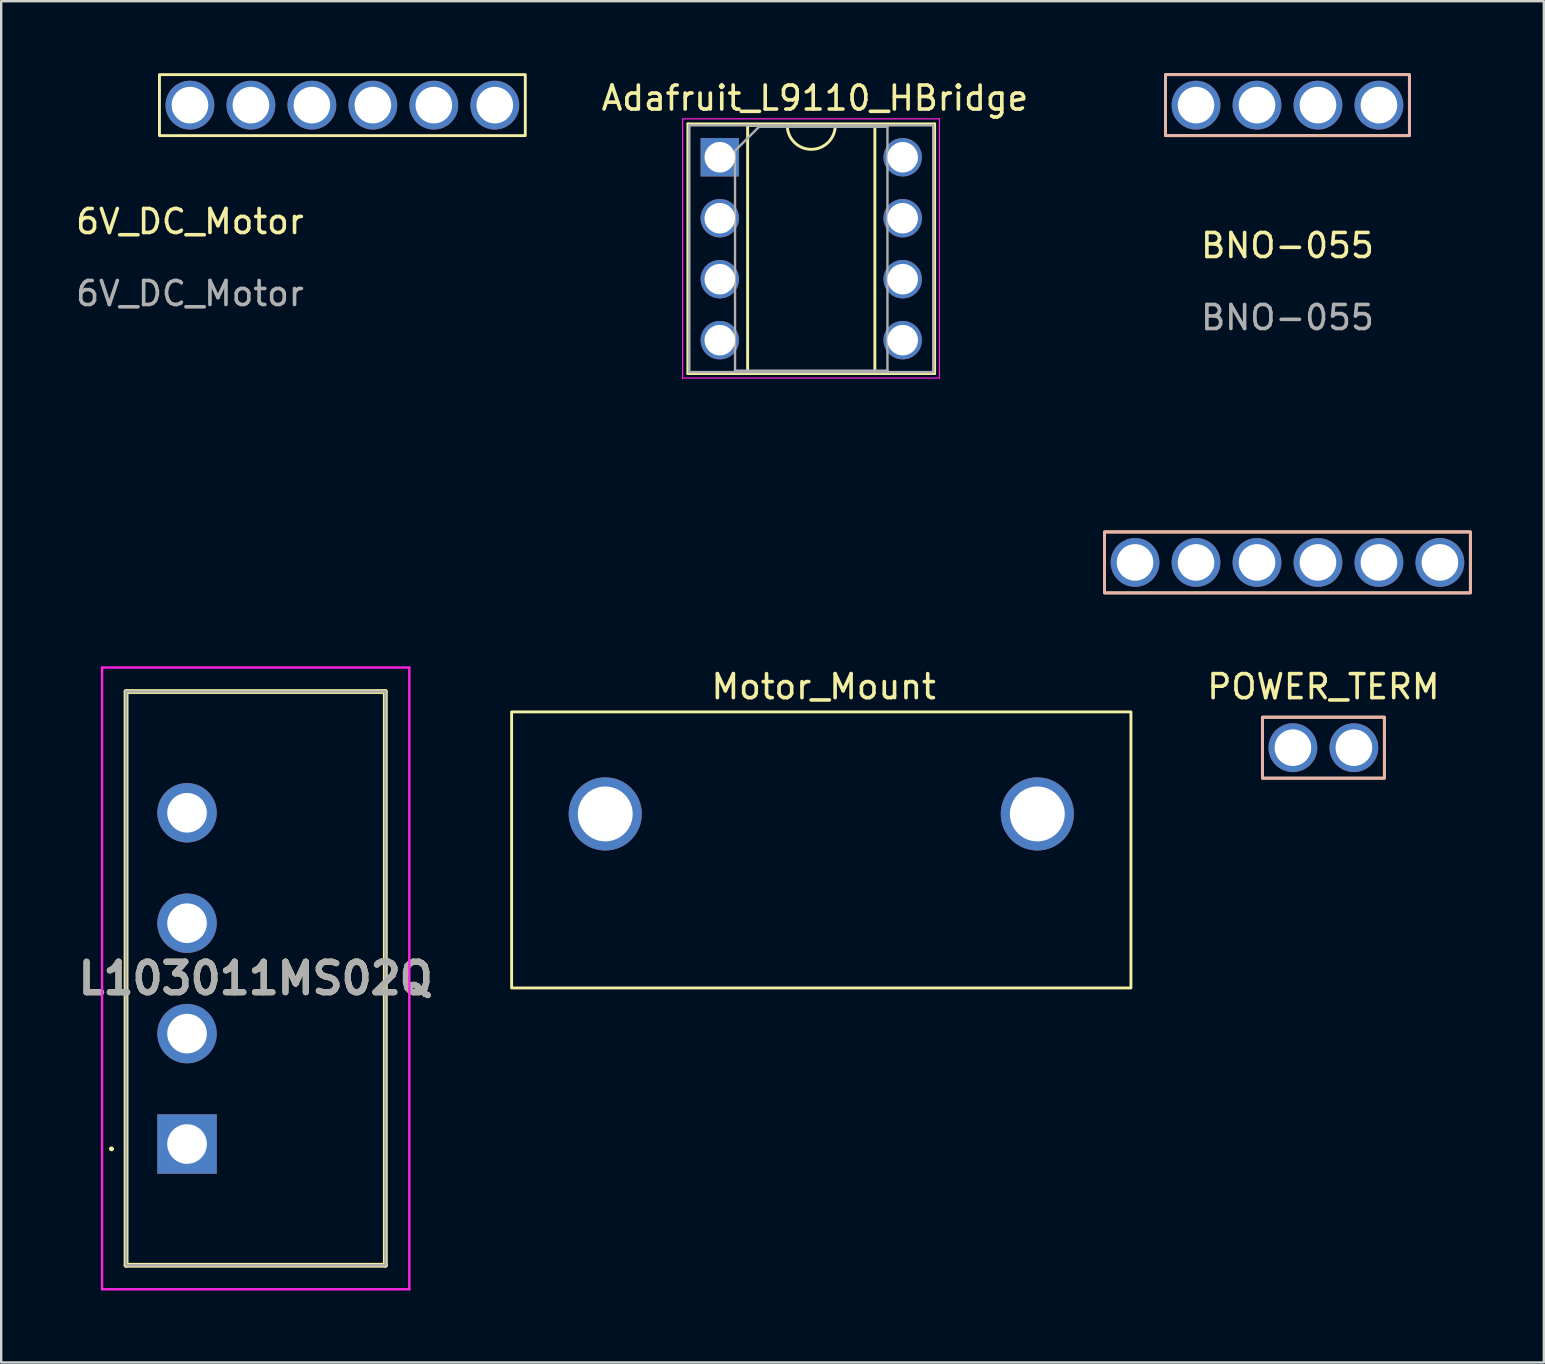
<source format=kicad_pcb>
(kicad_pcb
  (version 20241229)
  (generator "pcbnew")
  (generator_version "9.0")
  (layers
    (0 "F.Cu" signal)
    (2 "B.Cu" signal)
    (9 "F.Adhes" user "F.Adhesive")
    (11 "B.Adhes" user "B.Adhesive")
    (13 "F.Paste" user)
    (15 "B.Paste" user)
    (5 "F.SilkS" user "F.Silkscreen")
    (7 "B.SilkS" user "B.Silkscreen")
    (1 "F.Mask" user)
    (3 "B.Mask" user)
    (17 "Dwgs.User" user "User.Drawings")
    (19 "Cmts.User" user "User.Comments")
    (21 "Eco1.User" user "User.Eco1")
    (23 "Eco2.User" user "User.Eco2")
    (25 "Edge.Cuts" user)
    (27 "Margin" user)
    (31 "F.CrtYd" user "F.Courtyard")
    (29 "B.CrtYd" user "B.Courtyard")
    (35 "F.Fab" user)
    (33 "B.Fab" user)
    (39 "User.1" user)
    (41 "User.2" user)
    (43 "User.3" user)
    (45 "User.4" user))
  (footprint "Adafruit_L9110_HBridge"
    (layer "F.Cu")
    (at 30.721 0.25)
    (property "Reference" "Adafruit_L9110_HBridge" (at 0.178 0.787 0) (layer "F.SilkS") (effects (font (size 1 1) (thickness 0.15))))
    (attr through_hole)
    (fp_line (start -5.115 1.861) (end -5.115 12.261) (stroke (width 0.12) (type solid)) (layer "F.SilkS"))
    (fp_line (start -5.115 12.261) (end 5.165 12.261) (stroke (width 0.12) (type solid)) (layer "F.SilkS"))
    (fp_line (start -2.625 1.921) (end -2.625 12.201) (stroke (width 0.12) (type solid)) (layer "F.SilkS"))
    (fp_line (start -2.625 12.201) (end 2.675 12.201) (stroke (width 0.12) (type solid)) (layer "F.SilkS"))
    (fp_line (start -0.975 1.921) (end -2.625 1.921) (stroke (width 0.12) (type solid)) (layer "F.SilkS"))
    (fp_line (start 2.675 1.921) (end 1.025 1.921) (stroke (width 0.12) (type solid)) (layer "F.SilkS"))
    (fp_line (start 2.675 12.201) (end 2.675 1.921) (stroke (width 0.12) (type solid)) (layer "F.SilkS"))
    (fp_line (start 5.165 1.861) (end -5.115 1.861) (stroke (width 0.12) (type solid)) (layer "F.SilkS"))
    (fp_line (start 5.165 12.261) (end 5.165 1.861) (stroke (width 0.12) (type solid)) (layer "F.SilkS"))
    (fp_arc (start 1.0254 1.9212) (mid 0.0254 2.9212) (end -0.9746 1.9212) (stroke (width 0.12) (type solid)) (layer "F.SilkS"))
    (fp_line (start -5.335 1.651) (end -5.335 12.451) (stroke (width 0.05) (type solid)) (layer "F.CrtYd"))
    (fp_line (start -5.335 12.451) (end 5.365 12.451) (stroke (width 0.05) (type solid)) (layer "F.CrtYd"))
    (fp_line (start 5.365 1.651) (end -5.335 1.651) (stroke (width 0.05) (type solid)) (layer "F.CrtYd"))
    (fp_line (start 5.365 12.451) (end 5.365 1.651) (stroke (width 0.05) (type solid)) (layer "F.CrtYd"))
    (fp_line (start -5.055 1.921) (end -5.055 12.201) (stroke (width 0.1) (type solid)) (layer "F.Fab"))
    (fp_line (start -5.055 12.201) (end 5.105 12.201) (stroke (width 0.1) (type solid)) (layer "F.Fab"))
    (fp_line (start -3.15 2.981) (end -2.15 1.981) (stroke (width 0.1) (type solid)) (layer "F.Fab"))
    (fp_line (start -3.15 12.141) (end -3.15 2.981) (stroke (width 0.1) (type solid)) (layer "F.Fab"))
    (fp_line (start -2.15 1.981) (end 3.2 1.981) (stroke (width 0.1) (type solid)) (layer "F.Fab"))
    (fp_line (start 3.2 1.981) (end 3.2 12.141) (stroke (width 0.1) (type solid)) (layer "F.Fab"))
    (fp_line (start 3.2 12.141) (end -3.15 12.141) (stroke (width 0.1) (type solid)) (layer "F.Fab"))
    (fp_line (start 5.105 1.921) (end -5.055 1.921) (stroke (width 0.1) (type solid)) (layer "F.Fab"))
    (fp_line (start 5.105 12.201) (end 5.105 1.921) (stroke (width 0.1) (type solid)) (layer "F.Fab"))
    (pad "1" thru_hole rect (at -3.785 3.251) (size 1.6 1.6) (drill 1.27) (layers "*.Cu" "*.Mask"))
    (pad "2" thru_hole oval (at -3.785 5.791) (size 1.6 1.6) (drill 1.27) (layers "*.Cu" "*.Mask"))
    (pad "3" thru_hole oval (at -3.785 8.331) (size 1.6 1.6) (drill 1.27) (layers "*.Cu" "*.Mask"))
    (pad "4" thru_hole oval (at -3.785 10.871) (size 1.6 1.6) (drill 1.27) (layers "*.Cu" "*.Mask"))
    (pad "5" thru_hole oval (at 3.835 10.871) (size 1.6 1.6) (drill 1.27) (layers "*.Cu" "*.Mask"))
    (pad "6" thru_hole oval (at 3.835 8.331) (size 1.6 1.6) (drill 1.27) (layers "*.Cu" "*.Mask"))
    (pad "7" thru_hole oval (at 3.835 5.791) (size 1.6 1.6) (drill 1.27) (layers "*.Cu" "*.Mask"))
    (pad "8" thru_hole oval (at 3.835 3.251) (size 1.6 1.6) (drill 1.27) (layers "*.Cu" "*.Mask")))
  (footprint "L103011MS02Q"
    (layer "F.Cu")
    (at 4.742 44.61)
    (property "Reference" "L103011MS02Q" (at 2.86 -6.9 0) (layer "F.SilkS") (effects (font (size 1.27 1.27) (thickness 0.254))))
    (attr through_hole)
    (fp_line (start -3.2 0.2) (end -3.2 0.2) (stroke (width 0.1) (type solid)) (layer "F.SilkS"))
    (fp_line (start -3.1 0.2) (end -3.1 0.2) (stroke (width 0.1) (type solid)) (layer "F.SilkS"))
    (fp_line (start -2.54 -18.85) (end -2.54 5.05) (stroke (width 0.2) (type solid)) (layer "F.SilkS"))
    (fp_line (start -2.54 5.05) (end 8.26 5.05) (stroke (width 0.2) (type solid)) (layer "F.SilkS"))
    (fp_line (start 8.26 -18.85) (end -2.54 -18.85) (stroke (width 0.2) (type solid)) (layer "F.SilkS"))
    (fp_line (start 8.26 5.05) (end 8.26 -18.85) (stroke (width 0.2) (type solid)) (layer "F.SilkS"))
    (fp_arc (start -3.2 0.2) (mid -3.15 0.15) (end -3.1 0.2) (stroke (width 0.1) (type solid)) (layer "F.SilkS"))
    (fp_arc (start -3.1 0.2) (mid -3.15 0.25) (end -3.2 0.2) (stroke (width 0.1) (type solid)) (layer "F.SilkS"))
    (fp_line (start -3.54 -19.85) (end 9.26 -19.85) (stroke (width 0.1) (type solid)) (layer "F.CrtYd"))
    (fp_line (start -3.54 6.05) (end -3.54 -19.85) (stroke (width 0.1) (type solid)) (layer "F.CrtYd"))
    (fp_line (start 9.26 -19.85) (end 9.26 6.05) (stroke (width 0.1) (type solid)) (layer "F.CrtYd"))
    (fp_line (start 9.26 6.05) (end -3.54 6.05) (stroke (width 0.1) (type solid)) (layer "F.CrtYd"))
    (fp_line (start -2.54 -18.85) (end -2.54 5.05) (stroke (width 0.1) (type solid)) (layer "F.Fab"))
    (fp_line (start -2.54 5.05) (end 8.26 5.05) (stroke (width 0.1) (type solid)) (layer "F.Fab"))
    (fp_line (start 8.26 -18.85) (end -2.54 -18.85) (stroke (width 0.1) (type solid)) (layer "F.Fab"))
    (fp_line (start 8.26 5.05) (end 8.26 -18.85) (stroke (width 0.1) (type solid)) (layer "F.Fab"))
    (fp_text user "${REFERENCE}" (at 2.86 -6.9 0) (layer "F.Fab") (effects (font (size 1.27 1.27) (thickness 0.254))))
    (pad "1" thru_hole rect (at 0 0) (size 2.475 2.475) (drill 1.65) (layers "*.Cu" "*.Mask"))
    (pad "2" thru_hole circle (at 0 -4.6) (size 2.475 2.475) (drill 1.65) (layers "*.Cu" "*.Mask"))
    (pad "3" thru_hole circle (at 0 -9.2) (size 2.475 2.475) (drill 1.65) (layers "*.Cu" "*.Mask"))
    (pad "4" thru_hole circle (at 0 -13.8) (size 2.475 2.475) (drill 1.65) (layers "*.Cu" "*.Mask")))
  (footprint "Motor_Mount"
    (layer "F.Cu")
    (at 31.164 30.858)
    (property "Reference" "Motor_Mount" (at 0.1 -5.3 0) (unlocked yes) (layer "F.SilkS") (effects (font (size 1 1) (thickness 0.15))))
    (attr through_hole)
    (fp_rect (start -12.9 -4.25) (end 12.9 7.25) (stroke (width 0.12) (type solid)) (fill no) (layer "F.SilkS"))
    (pad "1" thru_hole circle (at -9 0) (size 3.048 3.048) (drill 2.286) (layers "*.Cu" "*.Mask"))
    (pad "2" thru_hole circle (at 9 0) (size 3.048 3.048) (drill 2.286) (layers "*.Cu" "*.Mask")))
  (footprint "BNO-055"
    (layer "F.Cu")
    (at 50.585 7.68)
    (property "Reference" "BNO-055" (at 0 -0.5 0) (unlocked yes) (layer "F.SilkS") (effects (font (size 1 1) (thickness 0.15))))
    (attr through_hole)
    (fp_rect (start -5.08 -7.62) (end 5.08 -5.08) (stroke (width 0.12) (type solid)) (fill no) (layer "F.SilkS"))
    (fp_rect (start 7.62 11.43) (end -7.62 13.97) (stroke (width 0.12) (type solid)) (fill no) (layer "F.SilkS"))
    (fp_rect (start -7.62 11.43) (end 7.62 13.97) (stroke (width 0.12) (type solid)) (fill no) (layer "B.SilkS"))
    (fp_rect (start -5.08 -7.62) (end 5.08 -5.08) (stroke (width 0.12) (type solid)) (fill no) (layer "B.SilkS"))
    (fp_text user "${REFERENCE}" (at 0 2.5 0) (unlocked yes) (layer "F.Fab") (effects (font (size 1 1) (thickness 0.15))))
    (pad "1" thru_hole circle (at -6.35 12.7) (size 2.032 2.032) (drill 1.524) (layers "*.Cu" "*.Mask"))
    (pad "2" thru_hole circle (at -3.81 12.7) (size 2.032 2.032) (drill 1.524) (layers "*.Cu" "*.Mask"))
    (pad "3" thru_hole circle (at -1.27 12.7) (size 2.032 2.032) (drill 1.524) (layers "*.Cu" "*.Mask"))
    (pad "4" thru_hole circle (at 1.27 12.7) (size 2.032 2.032) (drill 1.524) (layers "*.Cu" "*.Mask"))
    (pad "5" thru_hole circle (at 3.81 12.7) (size 2.032 2.032) (drill 1.524) (layers "*.Cu" "*.Mask"))
    (pad "6" thru_hole circle (at 6.35 12.7) (size 2.032 2.032) (drill 1.524) (layers "*.Cu" "*.Mask"))
    (pad "7" thru_hole circle (at -3.81 -6.35) (size 2.032 2.032) (drill 1.524) (layers "*.Cu" "*.Mask"))
    (pad "8" thru_hole circle (at -1.27 -6.35) (size 2.032 2.032) (drill 1.524) (layers "*.Cu" "*.Mask"))
    (pad "9" thru_hole circle (at 1.27 -6.35) (size 2.032 2.032) (drill 1.524) (layers "*.Cu" "*.Mask"))
    (pad "10" thru_hole circle (at 3.81 -6.35) (size 2.032 2.032) (drill 1.524) (layers "*.Cu" "*.Mask")))
  (footprint "6V_DC_Motor"
    (layer "F.Cu")
    (at 4.863 1.33)
    (property "Reference" "6V_DC_Motor" (at 0 4.85 0) (unlocked yes) (layer "F.SilkS") (effects (font (size 1 1) (thickness 0.15))))
    (attr through_hole)
    (fp_rect (start -1.27 -1.27) (end 13.97 1.27) (stroke (width 0.12) (type solid)) (fill no) (layer "F.SilkS"))
    (fp_text user "${REFERENCE}" (at 0 7.85 0) (unlocked yes) (layer "F.Fab") (effects (font (size 1 1) (thickness 0.15))))
    (pad "1" thru_hole circle (at 0 0) (size 2.032 2.032) (drill 1.524) (layers "*.Cu" "*.Mask"))
    (pad "2" thru_hole circle (at 2.54 0) (size 2.032 2.032) (drill 1.524) (layers "*.Cu" "*.Mask"))
    (pad "3" thru_hole circle (at 5.08 0) (size 2.032 2.032) (drill 1.524) (layers "*.Cu" "*.Mask"))
    (pad "4" thru_hole circle (at 7.62 0) (size 2.032 2.032) (drill 1.524) (layers "*.Cu" "*.Mask"))
    (pad "5" thru_hole circle (at 10.16 0) (size 2.032 2.032) (drill 1.524) (layers "*.Cu" "*.Mask"))
    (pad "6" thru_hole circle (at 12.7 0) (size 2.032 2.032) (drill 1.524) (layers "*.Cu" "*.Mask")))
  (footprint "POWER_TERM"
    (layer "F.Cu")
    (at 52.082 28.098)
    (property "Reference" "POWER_TERM" (at 0 -2.54 0) (unlocked yes) (layer "F.SilkS") (effects (font (size 1 1) (thickness 0.15))))
    (attr through_hole)
    (fp_rect (start -2.54 -1.27) (end 2.54 1.27) (stroke (width 0.12) (type solid)) (fill no) (layer "F.SilkS"))
    (fp_rect (start -2.54 -1.27) (end 2.54 1.27) (stroke (width 0.12) (type solid)) (fill no) (layer "B.SilkS"))
    (pad "1" thru_hole circle (at -1.27 0) (size 2.032 2.032) (drill 1.524) (layers "*.Cu" "*.Mask"))
    (pad "2" thru_hole circle (at 1.27 0) (size 2.032 2.032) (drill 1.524) (layers "*.Cu" "*.Mask")))
  (gr_rect
    (start -3 -3)
    (end 61.265 53.71)
    (stroke (width 0.1) (type default))
    (fill no)
    (layer "Edge.Cuts")))
</source>
